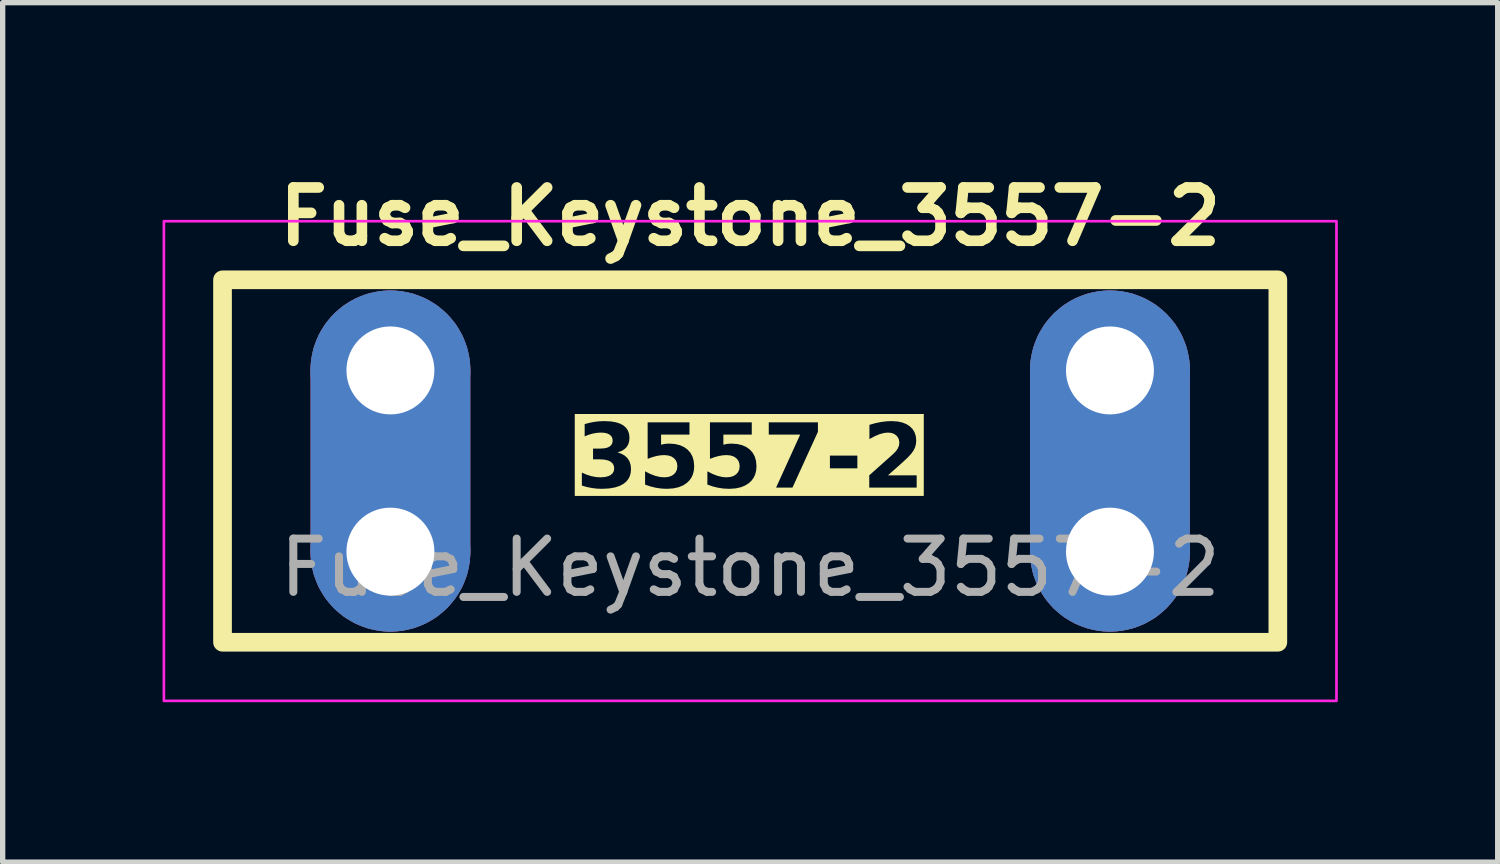
<source format=kicad_pcb>
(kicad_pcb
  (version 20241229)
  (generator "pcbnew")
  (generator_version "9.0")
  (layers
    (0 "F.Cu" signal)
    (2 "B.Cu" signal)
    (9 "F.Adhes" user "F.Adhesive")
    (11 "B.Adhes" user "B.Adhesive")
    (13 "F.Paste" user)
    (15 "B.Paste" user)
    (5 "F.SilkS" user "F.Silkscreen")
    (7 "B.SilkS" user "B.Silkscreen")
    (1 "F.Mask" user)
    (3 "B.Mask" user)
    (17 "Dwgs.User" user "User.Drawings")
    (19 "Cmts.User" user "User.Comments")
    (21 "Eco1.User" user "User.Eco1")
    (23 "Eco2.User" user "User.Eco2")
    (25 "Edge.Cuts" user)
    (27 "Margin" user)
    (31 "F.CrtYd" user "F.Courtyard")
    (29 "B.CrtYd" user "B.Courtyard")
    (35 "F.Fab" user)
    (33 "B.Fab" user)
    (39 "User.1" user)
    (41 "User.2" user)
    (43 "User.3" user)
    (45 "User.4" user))
  (footprint "Fuse_Keystone_3557-2"
    (layer "F.Cu")
    (at 11.025 5.6)
    (property "Reference" "Fuse_Keystone_3557-2" (at 0 -4 0) (unlocked yes) (layer "F.SilkS") (effects (font (size 1 1) (thickness 0.2) (bold yes)) (justify bottom)))
    (attr smd)
    (fp_rect (start -9.9 -3.4) (end 9.9 3.4) (stroke (width 0.35) (type solid)) (fill no) (layer "F.SilkS"))
    (fp_rect (start -11 -4.5) (end 11 4.5) (stroke (width 0.05) (type default)) (fill no) (layer "F.CrtYd"))
    (fp_text user "3557-2" (at 0 0 0) (unlocked yes) (layer "F.SilkS" knockout) (effects (font (face "Helvetica") (size 1.2 1.2) (thickness 0.2) (bold yes))))
    (fp_text user "${REFERENCE}" (at 0 2 0) (unlocked yes) (layer "F.Fab") (effects (font (size 1 1) (thickness 0.15))))
    (pad "1" thru_hole circle (at -6.75 -1.7) (size 3 3) (drill 1.65) (layers "*.Cu" "B.Mask"))
    (pad "1" smd roundrect (at -6.75 0) (size 3 6.4) (layers "F.Cu") (roundrect_rratio 0.5))
    (pad "1" smd roundrect (at -6.75 0) (size 3 6.4) (layers "B.Cu") (roundrect_rratio 0.5))
    (pad "1" thru_hole circle (at -6.75 1.7) (size 3 3) (drill 1.65) (layers "*.Cu" "B.Mask"))
    (pad "2" thru_hole circle (at 6.75 -1.7) (size 3 3) (drill 1.65) (layers "*.Cu" "B.Mask"))
    (pad "2" smd roundrect (at 6.75 0) (size 3 6.4) (layers "F.Cu") (roundrect_rratio 0.5))
    (pad "2" smd roundrect (at 6.75 0) (size 3 6.4) (layers "B.Cu") (roundrect_rratio 0.5))
    (pad "2" thru_hole circle (at 6.75 1.7) (size 3 3) (drill 1.65) (layers "*.Cu" "B.Mask")))
  (gr_rect
    (start -3 -3)
    (end 25.05 13.125)
    (stroke (width 0.1) (type default))
    (fill no)
    (layer "Edge.Cuts")))
</source>
